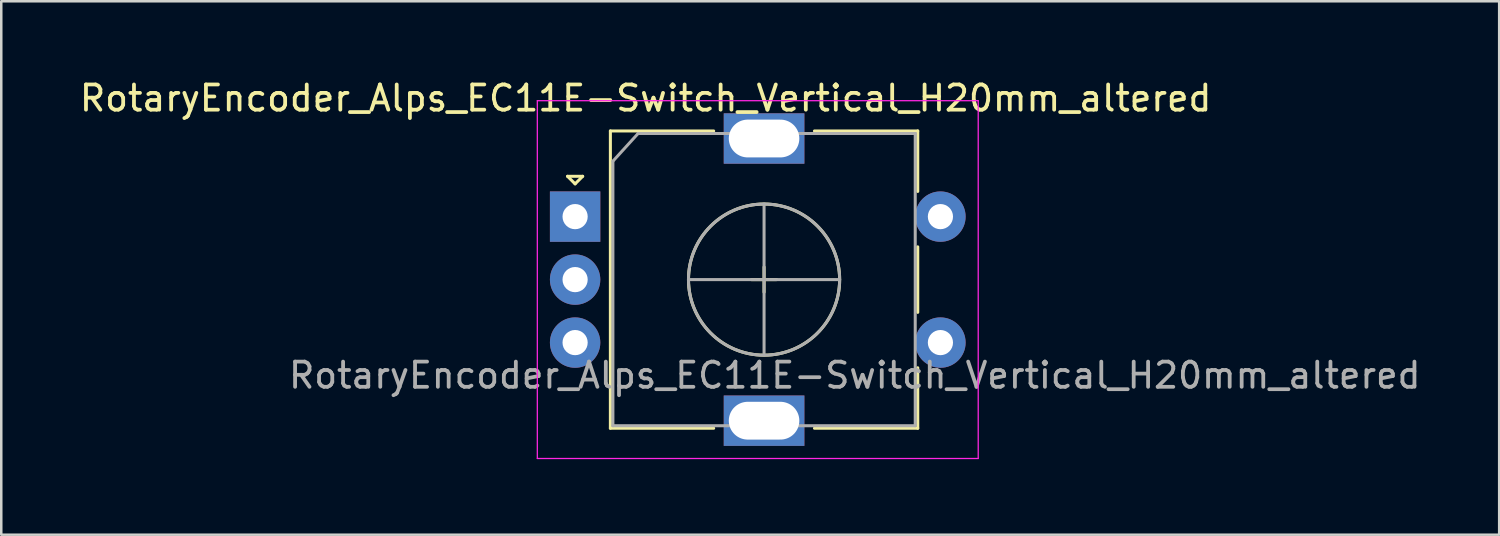
<source format=kicad_pcb>
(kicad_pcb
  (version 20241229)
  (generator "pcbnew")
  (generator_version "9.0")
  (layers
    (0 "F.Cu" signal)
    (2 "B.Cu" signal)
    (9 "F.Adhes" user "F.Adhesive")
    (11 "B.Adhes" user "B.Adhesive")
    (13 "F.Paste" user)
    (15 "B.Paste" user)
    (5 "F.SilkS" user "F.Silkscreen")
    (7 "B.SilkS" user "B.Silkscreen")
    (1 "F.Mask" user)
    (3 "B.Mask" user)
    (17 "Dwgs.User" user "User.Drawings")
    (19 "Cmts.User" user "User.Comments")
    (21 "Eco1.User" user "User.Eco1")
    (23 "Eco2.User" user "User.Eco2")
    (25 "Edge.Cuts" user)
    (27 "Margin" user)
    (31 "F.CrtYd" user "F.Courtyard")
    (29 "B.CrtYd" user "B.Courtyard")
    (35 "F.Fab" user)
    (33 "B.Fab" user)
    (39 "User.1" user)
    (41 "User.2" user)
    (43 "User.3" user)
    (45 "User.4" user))
  (footprint "RotaryEncoder_Alps_EC11E-Switch_Vertical_H20mm_altered"
    (layer "F.Cu")
    (at 19.777 5.548)
    (property "Reference" "RotaryEncoder_Alps_EC11E-Switch_Vertical_H20mm_altered" (at 2.8 -4.7 0) (layer "F.SilkS") (effects (font (size 1 1) (thickness 0.15))))
    (attr through_hole)
    (fp_line (start -0.3 -1.6) (end 0.3 -1.6) (stroke (width 0.12) (type solid)) (layer "F.SilkS"))
    (fp_line (start 0 -1.3) (end -0.3 -1.6) (stroke (width 0.12) (type solid)) (layer "F.SilkS"))
    (fp_line (start 0.3 -1.6) (end 0 -1.3) (stroke (width 0.12) (type solid)) (layer "F.SilkS"))
    (fp_line (start 1.4 -3.4) (end 1.4 8.4) (stroke (width 0.12) (type solid)) (layer "F.SilkS"))
    (fp_line (start 5.5 -3.4) (end 1.4 -3.4) (stroke (width 0.12) (type solid)) (layer "F.SilkS"))
    (fp_line (start 5.5 8.4) (end 1.4 8.4) (stroke (width 0.12) (type solid)) (layer "F.SilkS"))
    (fp_line (start 7 2.5) (end 8 2.5) (stroke (width 0.12) (type solid)) (layer "F.SilkS"))
    (fp_line (start 7.5 2) (end 7.5 3) (stroke (width 0.12) (type solid)) (layer "F.SilkS"))
    (fp_line (start 9.5 -3.4) (end 13.6 -3.4) (stroke (width 0.12) (type solid)) (layer "F.SilkS"))
    (fp_line (start 13.6 -3.4) (end 13.6 -1) (stroke (width 0.12) (type solid)) (layer "F.SilkS"))
    (fp_line (start 13.6 1.2) (end 13.6 3.8) (stroke (width 0.12) (type solid)) (layer "F.SilkS"))
    (fp_line (start 13.6 6) (end 13.6 8.4) (stroke (width 0.12) (type solid)) (layer "F.SilkS"))
    (fp_line (start 13.6 8.4) (end 9.5 8.4) (stroke (width 0.12) (type solid)) (layer "F.SilkS"))
    (fp_circle (center 7.5 2.5) (end 10.5 2.5) (stroke (width 0.12) (type solid)) (fill no) (layer "F.SilkS"))
    (fp_line (start -1.5 -4.6) (end -1.5 9.6) (stroke (width 0.05) (type solid)) (layer "F.CrtYd"))
    (fp_line (start -1.5 -4.6) (end 16 -4.6) (stroke (width 0.05) (type solid)) (layer "F.CrtYd"))
    (fp_line (start 16 9.6) (end -1.5 9.6) (stroke (width 0.05) (type solid)) (layer "F.CrtYd"))
    (fp_line (start 16 9.6) (end 16 -4.6) (stroke (width 0.05) (type solid)) (layer "F.CrtYd"))
    (fp_line (start 1.5 -2.2) (end 2.5 -3.3) (stroke (width 0.12) (type solid)) (layer "F.Fab"))
    (fp_line (start 1.5 8.3) (end 1.5 -2.2) (stroke (width 0.12) (type solid)) (layer "F.Fab"))
    (fp_line (start 2.5 -3.3) (end 13.5 -3.3) (stroke (width 0.12) (type solid)) (layer "F.Fab"))
    (fp_line (start 4.5 2.5) (end 10.5 2.5) (stroke (width 0.12) (type solid)) (layer "F.Fab"))
    (fp_line (start 7.5 -0.5) (end 7.5 5.5) (stroke (width 0.12) (type solid)) (layer "F.Fab"))
    (fp_line (start 13.5 -3.3) (end 13.5 8.3) (stroke (width 0.12) (type solid)) (layer "F.Fab"))
    (fp_line (start 13.5 8.3) (end 1.5 8.3) (stroke (width 0.12) (type solid)) (layer "F.Fab"))
    (fp_circle (center 7.5 2.5) (end 10.5 2.5) (stroke (width 0.12) (type solid)) (fill no) (layer "F.Fab"))
    (fp_text user "${REFERENCE}" (at 11.1 6.3 0) (layer "F.Fab") (effects (font (size 1 1) (thickness 0.15))))
    (pad "1" thru_hole rect (at 0 0) (size 2 2) (drill 1) (layers "*.Cu" "*.Mask"))
    (pad "2" thru_hole circle (at 0 2.5) (size 2 2) (drill 1) (layers "*.Cu" "*.Mask"))
    (pad "3" thru_hole circle (at 0 5) (size 2 2) (drill 1) (layers "*.Cu" "*.Mask"))
    (pad "MP" thru_hole rect (at 7.5 -3.1) (size 3.2 2) (drill oval 2.8 1.5) (layers "*.Cu" "*.Mask"))
    (pad "MP" thru_hole rect (at 7.5 8.1) (size 3.2 2) (drill oval 2.8 1.5) (layers "*.Cu" "*.Mask"))
    (pad "S1" thru_hole circle (at 14.5 5) (size 2 2) (drill 1) (layers "*.Cu" "*.Mask"))
    (pad "S2" thru_hole circle (at 14.5 0) (size 2 2) (drill 1) (layers "*.Cu" "*.Mask")))
  (gr_rect
    (start -3 -3)
    (end 56.455 18.173)
    (stroke (width 0.1) (type default))
    (fill no)
    (layer "Edge.Cuts")))
</source>
